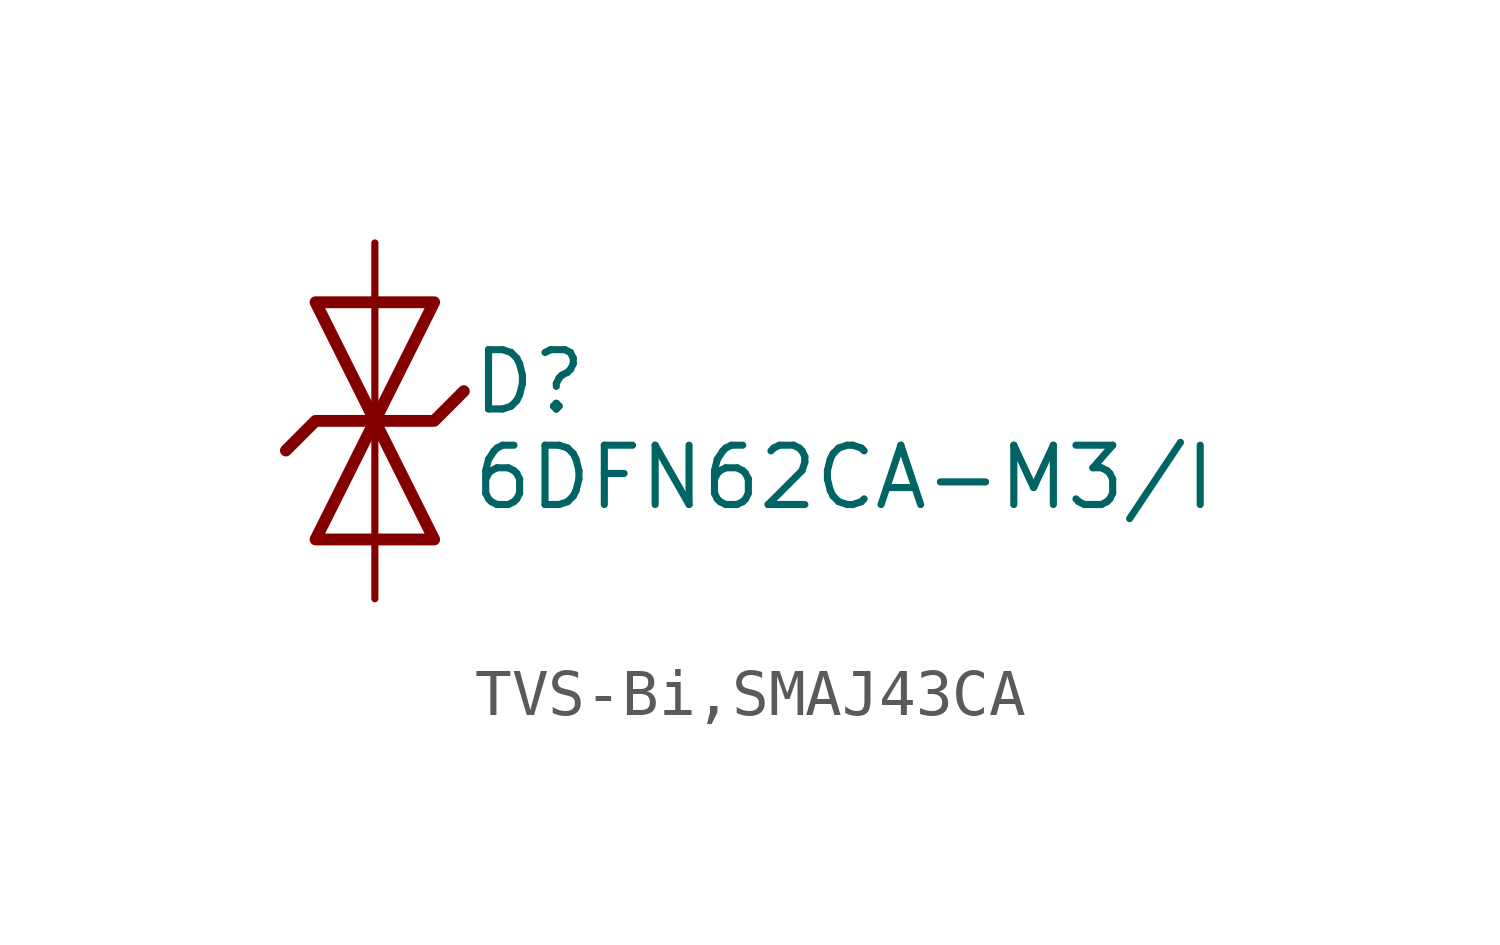
<source format=kicad_sym>
(kicad_symbol_lib
  (version 20231120)
  (generator "kicad_symbol_editor")
  (generator_version "8.0")
  (symbol "TVS-Bi,SMAJ43CA"
    (pin_numbers hide)
    (pin_names
      (offset 0))
    (property "Reference" "D"
      (at 2.032 0.834 0)
      (effects (font (size 1.27 1.27)) (justify left)))
    (property "Value" "6DFN62CA-M3/I"
      (at 2.032 -1.212 0)
      (effects (font (size 1.27 1.27)) (justify left)))
    (symbol "TVS-Bi,SMAJ43CA_0_1"
      (polyline (pts (xy -1.905 -0.635) (xy -1.27 0) (xy 1.27 0) (xy 1.905 0.635)) (stroke (width 0.254) (type default)) (fill (type none)))
      (polyline (pts (xy -1.27 2.54) (xy 0 0) (xy 1.27 2.54) (xy -1.27 2.54)) (stroke (width 0.254) (type default)) (fill (type none)))
      (polyline (pts (xy 1.27 -2.54) (xy 0 0) (xy -1.27 -2.54) (xy 1.27 -2.54)) (stroke (width 0.254) (type default)) (fill (type none))))
    (symbol "TVS-Bi,SMAJ43CA_1_1"
      (pin passive line (at 0 -3.81 90) (length 3.81) (name "~" (effects (font (size 1.27 1.27)))) (number "1" (effects (font (size 1.27 1.27)))))
      (pin passive line (at 0 3.81 270) (length 3.81) (name "~" (effects (font (size 1.27 1.27)))) (number "2" (effects (font (size 1.27 1.27))))))))
</source>
